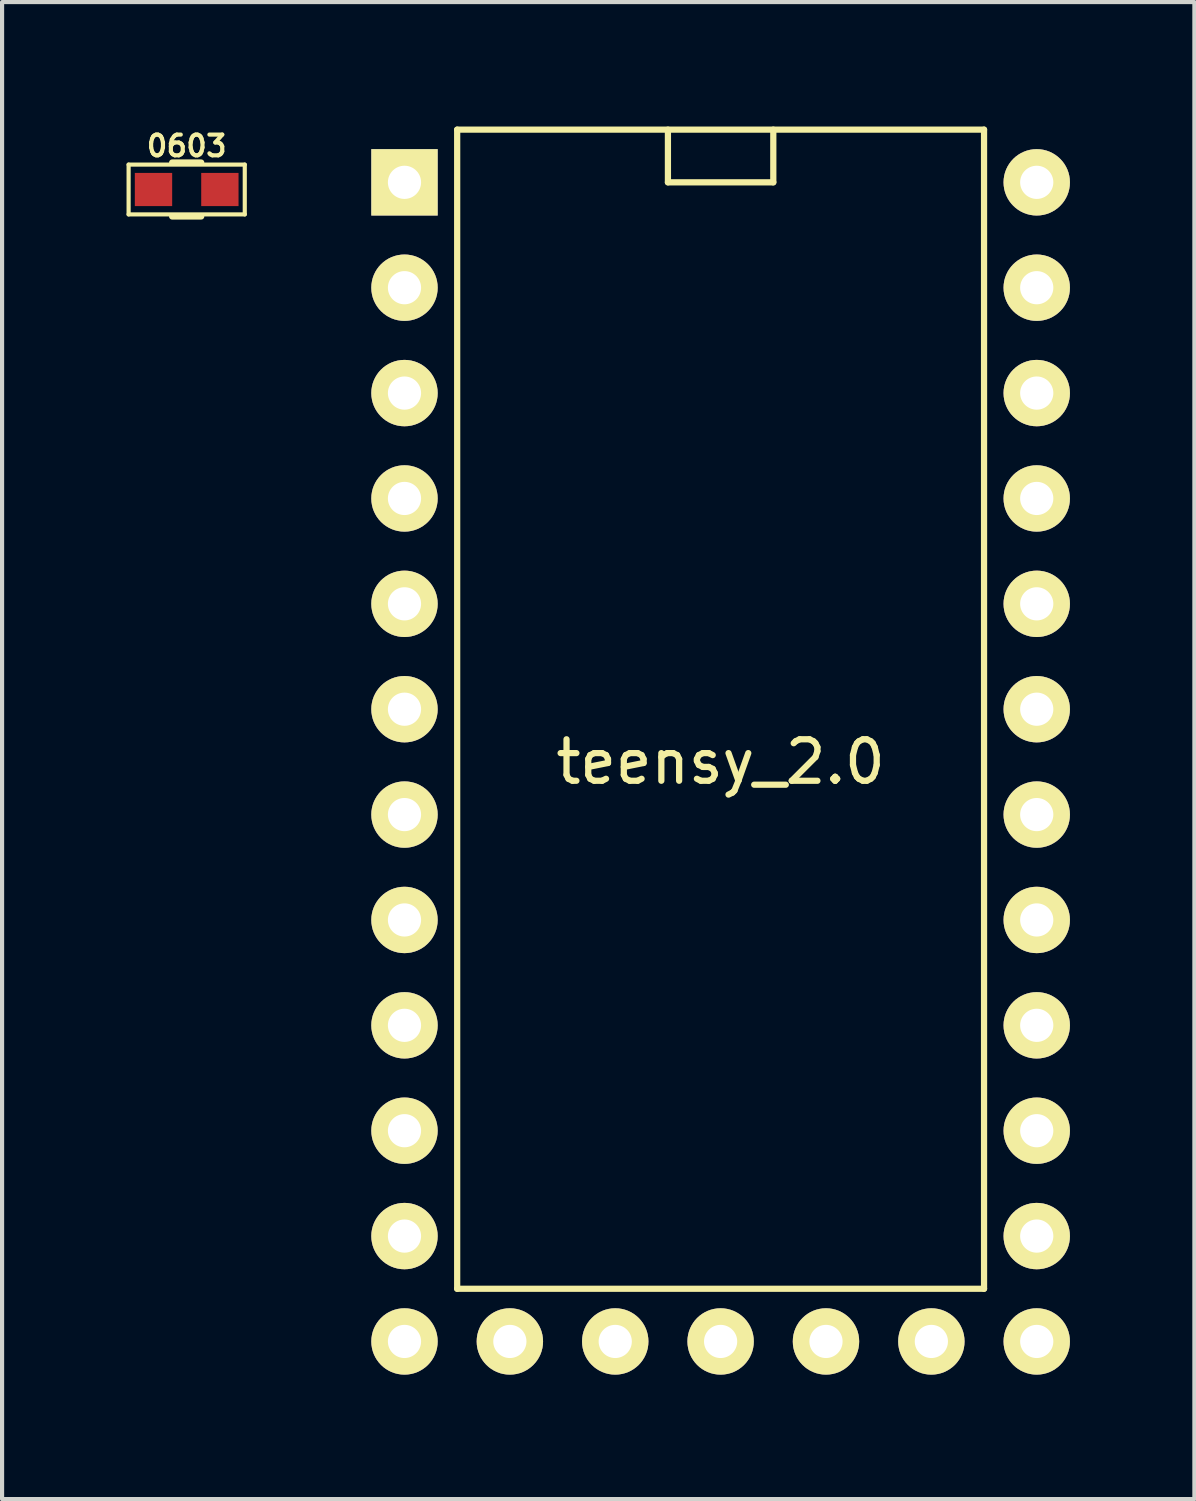
<source format=kicad_pcb>
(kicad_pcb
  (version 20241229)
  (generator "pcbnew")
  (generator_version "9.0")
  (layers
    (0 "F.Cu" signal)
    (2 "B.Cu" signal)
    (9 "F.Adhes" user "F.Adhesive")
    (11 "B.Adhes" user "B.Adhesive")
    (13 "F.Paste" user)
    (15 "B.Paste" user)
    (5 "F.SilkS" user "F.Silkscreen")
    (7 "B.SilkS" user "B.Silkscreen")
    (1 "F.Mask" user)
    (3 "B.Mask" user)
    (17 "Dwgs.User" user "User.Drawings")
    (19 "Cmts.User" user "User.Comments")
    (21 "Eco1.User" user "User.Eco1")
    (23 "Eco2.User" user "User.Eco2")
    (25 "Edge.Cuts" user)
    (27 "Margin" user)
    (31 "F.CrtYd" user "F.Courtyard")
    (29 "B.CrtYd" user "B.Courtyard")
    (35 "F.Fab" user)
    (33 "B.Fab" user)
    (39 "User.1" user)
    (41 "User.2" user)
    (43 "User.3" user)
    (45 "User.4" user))
  (footprint "0603"
    (layer "F.Cu")
    (at 1.45 1.518)
    (property "Reference" "0603" (at 0 -1.05 0) (layer "F.SilkS") (effects (font (size 0.5 0.5) (thickness 0.1))))
    (attr smd)
    (fp_line (start -1.4 -0.6) (end 1.4 -0.6) (stroke (width 0.1) (type solid)) (layer "F.SilkS"))
    (fp_line (start -1.4 0.6) (end -1.4 -0.6) (stroke (width 0.1) (type solid)) (layer "F.SilkS"))
    (fp_line (start -0.35 -0.65) (end 0.35 -0.65) (stroke (width 0.15) (type solid)) (layer "F.SilkS"))
    (fp_line (start -0.35 0.65) (end 0.35 0.65) (stroke (width 0.15) (type solid)) (layer "F.SilkS"))
    (fp_line (start 1.4 -0.6) (end 1.4 0.6) (stroke (width 0.1) (type solid)) (layer "F.SilkS"))
    (fp_line (start 1.4 0.6) (end -1.4 0.6) (stroke (width 0.1) (type solid)) (layer "F.SilkS"))
    (pad "1" smd rect (at -0.8 0) (size 0.9 0.8) (layers "F.Cu" "F.Mask" "F.Paste"))
    (pad "2" smd rect (at 0.8 0) (size 0.9 0.8) (layers "F.Cu" "F.Mask" "F.Paste")))
  (footprint "teensy_2.0"
    (layer "F.Cu")
    (at 14.32 15.315)
    (property "Reference" "teensy_2.0" (at 0 0 0) (layer "F.SilkS") (effects (font (size 1 1) (thickness 0.15))))
    (attr through_hole)
    (fp_line (start -6.35 -15.24) (end -6.35 12.7) (stroke (width 0.15) (type solid)) (layer "F.SilkS"))
    (fp_line (start -6.35 12.7) (end 6.35 12.7) (stroke (width 0.15) (type solid)) (layer "F.SilkS"))
    (fp_line (start -1.27 -15.24) (end -1.27 -13.97) (stroke (width 0.15) (type solid)) (layer "F.SilkS"))
    (fp_line (start -1.27 -13.97) (end 1.27 -13.97) (stroke (width 0.15) (type solid)) (layer "F.SilkS"))
    (fp_line (start 1.27 -13.97) (end 1.27 -15.24) (stroke (width 0.15) (type solid)) (layer "F.SilkS"))
    (fp_line (start 6.35 -15.24) (end -6.35 -15.24) (stroke (width 0.15) (type solid)) (layer "F.SilkS"))
    (fp_line (start 6.35 12.7) (end 6.35 -15.24) (stroke (width 0.15) (type solid)) (layer "F.SilkS"))
    (pad "B0" thru_hole circle (at -7.62 -11.43) (size 1.6 1.6) (drill 0.8) (layers "*.Cu" "*.Mask" "F.SilkS"))
    (pad "B1" thru_hole circle (at -7.62 -8.89) (size 1.6 1.6) (drill 0.8) (layers "*.Cu" "*.Mask" "F.SilkS"))
    (pad "B2" thru_hole circle (at -7.62 -6.35) (size 1.6 1.6) (drill 0.8) (layers "*.Cu" "*.Mask" "F.SilkS"))
    (pad "B3" thru_hole circle (at -7.62 -3.81) (size 1.6 1.6) (drill 0.8) (layers "*.Cu" "*.Mask" "F.SilkS"))
    (pad "B4" thru_hole circle (at 7.62 8.89) (size 1.6 1.6) (drill 0.8) (layers "*.Cu" "*.Mask" "F.SilkS"))
    (pad "B5" thru_hole circle (at 7.62 6.35) (size 1.6 1.6) (drill 0.8) (layers "*.Cu" "*.Mask" "F.SilkS"))
    (pad "B6" thru_hole circle (at 7.62 3.81) (size 1.6 1.6) (drill 0.8) (layers "*.Cu" "*.Mask" "F.SilkS"))
    (pad "B7" thru_hole circle (at -7.62 -1.27) (size 1.6 1.6) (drill 0.8) (layers "*.Cu" "*.Mask" "F.SilkS"))
    (pad "C6" thru_hole circle (at -7.62 11.43) (size 1.6 1.6) (drill 0.8) (layers "*.Cu" "*.Mask" "F.SilkS"))
    (pad "C7" thru_hole circle (at -7.62 13.97) (size 1.6 1.6) (drill 0.8) (layers "*.Cu" "*.Mask" "F.SilkS"))
    (pad "D0" thru_hole circle (at -7.62 1.27) (size 1.6 1.6) (drill 0.8) (layers "*.Cu" "*.Mask" "F.SilkS"))
    (pad "D1" thru_hole circle (at -7.62 3.81) (size 1.6 1.6) (drill 0.8) (layers "*.Cu" "*.Mask" "F.SilkS"))
    (pad "D2" thru_hole circle (at -7.62 6.35) (size 1.6 1.6) (drill 0.8) (layers "*.Cu" "*.Mask" "F.SilkS"))
    (pad "D3" thru_hole circle (at -7.62 8.89) (size 1.6 1.6) (drill 0.8) (layers "*.Cu" "*.Mask" "F.SilkS"))
    (pad "D4" thru_hole circle (at 5.08 13.97) (size 1.6 1.6) (drill 0.8) (layers "*.Cu" "*.Mask" "F.SilkS"))
    (pad "D5" thru_hole circle (at -5.08 13.97) (size 1.6 1.6) (drill 0.8) (layers "*.Cu" "*.Mask" "F.SilkS"))
    (pad "D6" thru_hole circle (at 7.62 13.97) (size 1.6 1.6) (drill 0.8) (layers "*.Cu" "*.Mask" "F.SilkS"))
    (pad "D7" thru_hole circle (at 7.62 11.43) (size 1.6 1.6) (drill 0.8) (layers "*.Cu" "*.Mask" "F.SilkS"))
    (pad "F0" thru_hole circle (at 7.62 -11.43) (size 1.6 1.6) (drill 0.8) (layers "*.Cu" "*.Mask" "F.SilkS"))
    (pad "F1" thru_hole circle (at 7.62 -8.89) (size 1.6 1.6) (drill 0.8) (layers "*.Cu" "*.Mask" "F.SilkS"))
    (pad "F4" thru_hole circle (at 7.62 -6.35) (size 1.6 1.6) (drill 0.8) (layers "*.Cu" "*.Mask" "F.SilkS"))
    (pad "F5" thru_hole circle (at 7.62 -3.81) (size 1.6 1.6) (drill 0.8) (layers "*.Cu" "*.Mask" "F.SilkS"))
    (pad "F6" thru_hole circle (at 7.62 -1.27) (size 1.6 1.6) (drill 0.8) (layers "*.Cu" "*.Mask" "F.SilkS"))
    (pad "F7" thru_hole circle (at 7.62 1.27) (size 1.6 1.6) (drill 0.8) (layers "*.Cu" "*.Mask" "F.SilkS"))
    (pad "GND" thru_hole rect (at -7.62 -13.97) (size 1.6 1.6) (drill 0.8) (layers "*.Cu" "*.Mask" "F.SilkS"))
    (pad "GND" thru_hole circle (at 0 13.97) (size 1.6 1.6) (drill 0.8) (layers "*.Cu" "*.Mask" "F.SilkS"))
    (pad "RST" thru_hole circle (at 2.54 13.97) (size 1.6 1.6) (drill 0.8) (layers "*.Cu" "*.Mask" "F.SilkS"))
    (pad "VCC" thru_hole circle (at -2.54 13.97) (size 1.6 1.6) (drill 0.8) (layers "*.Cu" "*.Mask" "F.SilkS"))
    (pad "VCC" thru_hole circle (at 7.62 -13.97) (size 1.6 1.6) (drill 0.8) (layers "*.Cu" "*.Mask" "F.SilkS")))
  (gr_rect
    (start -3 -3)
    (end 25.74 33.085)
    (stroke (width 0.1) (type default))
    (fill no)
    (layer "Edge.Cuts")))
</source>
